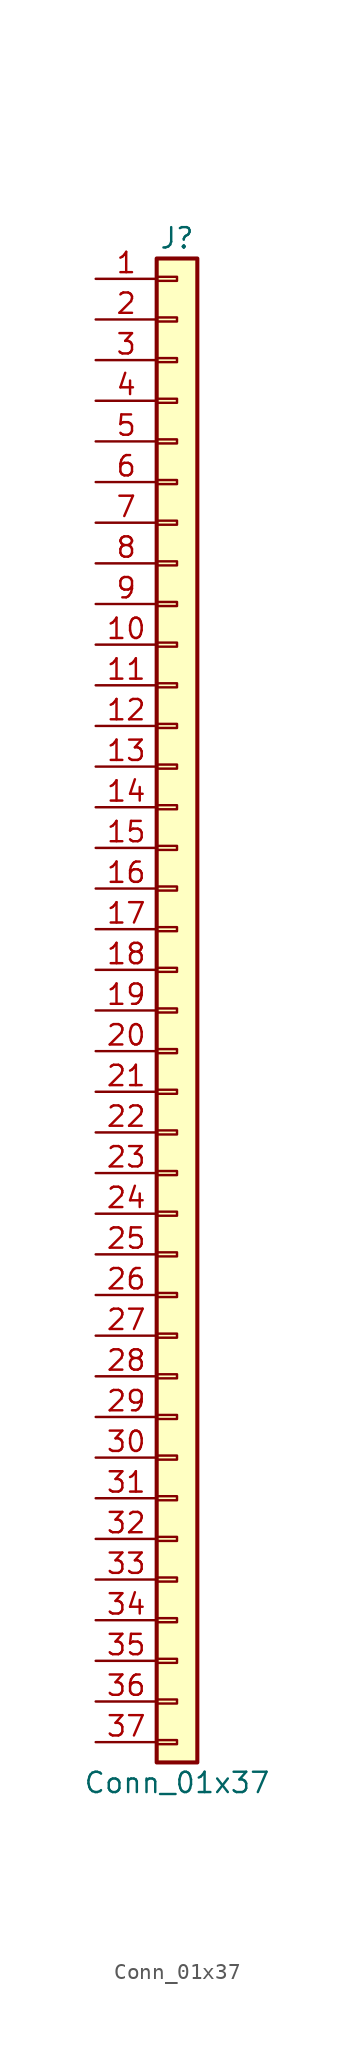
<source format=kicad_sym>
(kicad_symbol_lib
  (version 20220914)
  (generator kicad_symbol_editor)
  (symbol "Conn_01x37"
    (pin_names
      (offset 1.016) hide)
    (property "Reference" "J"
      (at 0 48.26 0)
      (effects (font (size 1.27 1.27))))
    (property "Value" "Conn_01x37"
      (at 0 -48.26 0)
      (effects (font (size 1.27 1.27))))
    (symbol "Conn_01x37_1_1"
      (rectangle (start -1.27 -45.593) (end 0 -45.847) (stroke (width 0.152) (type solid)) (fill (type none)))
      (rectangle (start -1.27 -43.053) (end 0 -43.307) (stroke (width 0.152) (type solid)) (fill (type none)))
      (rectangle (start -1.27 -40.513) (end 0 -40.767) (stroke (width 0.152) (type solid)) (fill (type none)))
      (rectangle (start -1.27 -37.973) (end 0 -38.227) (stroke (width 0.152) (type solid)) (fill (type none)))
      (rectangle (start -1.27 -35.433) (end 0 -35.687) (stroke (width 0.152) (type solid)) (fill (type none)))
      (rectangle (start -1.27 -32.893) (end 0 -33.147) (stroke (width 0.152) (type solid)) (fill (type none)))
      (rectangle (start -1.27 -30.353) (end 0 -30.607) (stroke (width 0.152) (type solid)) (fill (type none)))
      (rectangle (start -1.27 -27.813) (end 0 -28.067) (stroke (width 0.152) (type solid)) (fill (type none)))
      (rectangle (start -1.27 -25.273) (end 0 -25.527) (stroke (width 0.152) (type solid)) (fill (type none)))
      (rectangle (start -1.27 -22.733) (end 0 -22.987) (stroke (width 0.152) (type solid)) (fill (type none)))
      (rectangle (start -1.27 -20.193) (end 0 -20.447) (stroke (width 0.152) (type solid)) (fill (type none)))
      (rectangle (start -1.27 -17.653) (end 0 -17.907) (stroke (width 0.152) (type solid)) (fill (type none)))
      (rectangle (start -1.27 -15.113) (end 0 -15.367) (stroke (width 0.152) (type solid)) (fill (type none)))
      (rectangle (start -1.27 -12.573) (end 0 -12.827) (stroke (width 0.152) (type solid)) (fill (type none)))
      (rectangle (start -1.27 -10.033) (end 0 -10.287) (stroke (width 0.152) (type solid)) (fill (type none)))
      (rectangle (start -1.27 -7.493) (end 0 -7.747) (stroke (width 0.152) (type solid)) (fill (type none)))
      (rectangle (start -1.27 -4.953) (end 0 -5.207) (stroke (width 0.152) (type solid)) (fill (type none)))
      (rectangle (start -1.27 -2.413) (end 0 -2.667) (stroke (width 0.152) (type solid)) (fill (type none)))
      (rectangle (start -1.27 0.127) (end 0 -0.127) (stroke (width 0.152) (type solid)) (fill (type none)))
      (rectangle (start -1.27 2.667) (end 0 2.413) (stroke (width 0.152) (type solid)) (fill (type none)))
      (rectangle (start -1.27 5.207) (end 0 4.953) (stroke (width 0.152) (type solid)) (fill (type none)))
      (rectangle (start -1.27 7.747) (end 0 7.493) (stroke (width 0.152) (type solid)) (fill (type none)))
      (rectangle (start -1.27 10.287) (end 0 10.033) (stroke (width 0.152) (type solid)) (fill (type none)))
      (rectangle (start -1.27 12.827) (end 0 12.573) (stroke (width 0.152) (type solid)) (fill (type none)))
      (rectangle (start -1.27 15.367) (end 0 15.113) (stroke (width 0.152) (type solid)) (fill (type none)))
      (rectangle (start -1.27 17.907) (end 0 17.653) (stroke (width 0.152) (type solid)) (fill (type none)))
      (rectangle (start -1.27 20.447) (end 0 20.193) (stroke (width 0.152) (type solid)) (fill (type none)))
      (rectangle (start -1.27 22.987) (end 0 22.733) (stroke (width 0.152) (type solid)) (fill (type none)))
      (rectangle (start -1.27 25.527) (end 0 25.273) (stroke (width 0.152) (type solid)) (fill (type none)))
      (rectangle (start -1.27 28.067) (end 0 27.813) (stroke (width 0.152) (type solid)) (fill (type none)))
      (rectangle (start -1.27 30.607) (end 0 30.353) (stroke (width 0.152) (type solid)) (fill (type none)))
      (rectangle (start -1.27 33.147) (end 0 32.893) (stroke (width 0.152) (type solid)) (fill (type none)))
      (rectangle (start -1.27 35.687) (end 0 35.433) (stroke (width 0.152) (type solid)) (fill (type none)))
      (rectangle (start -1.27 38.227) (end 0 37.973) (stroke (width 0.152) (type solid)) (fill (type none)))
      (rectangle (start -1.27 40.767) (end 0 40.513) (stroke (width 0.152) (type solid)) (fill (type none)))
      (rectangle (start -1.27 43.307) (end 0 43.053) (stroke (width 0.152) (type solid)) (fill (type none)))
      (rectangle (start -1.27 45.847) (end 0 45.593) (stroke (width 0.152) (type solid)) (fill (type none)))
      (rectangle (start -1.27 46.99) (end 1.27 -46.99) (stroke (width 0.254) (type solid)) (fill (type background)))
      (pin passive line (at -5.08 45.72 0) (length 3.81) (name "Pin_1" (effects (font (size 1.27 1.27)))) (number "1" (effects (font (size 1.27 1.27)))))
      (pin passive line (at -5.08 22.86 0) (length 3.81) (name "Pin_10" (effects (font (size 1.27 1.27)))) (number "10" (effects (font (size 1.27 1.27)))))
      (pin passive line (at -5.08 20.32 0) (length 3.81) (name "Pin_11" (effects (font (size 1.27 1.27)))) (number "11" (effects (font (size 1.27 1.27)))))
      (pin passive line (at -5.08 17.78 0) (length 3.81) (name "Pin_12" (effects (font (size 1.27 1.27)))) (number "12" (effects (font (size 1.27 1.27)))))
      (pin passive line (at -5.08 15.24 0) (length 3.81) (name "Pin_13" (effects (font (size 1.27 1.27)))) (number "13" (effects (font (size 1.27 1.27)))))
      (pin passive line (at -5.08 12.7 0) (length 3.81) (name "Pin_14" (effects (font (size 1.27 1.27)))) (number "14" (effects (font (size 1.27 1.27)))))
      (pin passive line (at -5.08 10.16 0) (length 3.81) (name "Pin_15" (effects (font (size 1.27 1.27)))) (number "15" (effects (font (size 1.27 1.27)))))
      (pin passive line (at -5.08 7.62 0) (length 3.81) (name "Pin_16" (effects (font (size 1.27 1.27)))) (number "16" (effects (font (size 1.27 1.27)))))
      (pin passive line (at -5.08 5.08 0) (length 3.81) (name "Pin_17" (effects (font (size 1.27 1.27)))) (number "17" (effects (font (size 1.27 1.27)))))
      (pin passive line (at -5.08 2.54 0) (length 3.81) (name "Pin_18" (effects (font (size 1.27 1.27)))) (number "18" (effects (font (size 1.27 1.27)))))
      (pin passive line (at -5.08 0 0) (length 3.81) (name "Pin_19" (effects (font (size 1.27 1.27)))) (number "19" (effects (font (size 1.27 1.27)))))
      (pin passive line (at -5.08 43.18 0) (length 3.81) (name "Pin_2" (effects (font (size 1.27 1.27)))) (number "2" (effects (font (size 1.27 1.27)))))
      (pin passive line (at -5.08 -2.54 0) (length 3.81) (name "Pin_20" (effects (font (size 1.27 1.27)))) (number "20" (effects (font (size 1.27 1.27)))))
      (pin passive line (at -5.08 -5.08 0) (length 3.81) (name "Pin_21" (effects (font (size 1.27 1.27)))) (number "21" (effects (font (size 1.27 1.27)))))
      (pin passive line (at -5.08 -7.62 0) (length 3.81) (name "Pin_22" (effects (font (size 1.27 1.27)))) (number "22" (effects (font (size 1.27 1.27)))))
      (pin passive line (at -5.08 -10.16 0) (length 3.81) (name "Pin_23" (effects (font (size 1.27 1.27)))) (number "23" (effects (font (size 1.27 1.27)))))
      (pin passive line (at -5.08 -12.7 0) (length 3.81) (name "Pin_24" (effects (font (size 1.27 1.27)))) (number "24" (effects (font (size 1.27 1.27)))))
      (pin passive line (at -5.08 -15.24 0) (length 3.81) (name "Pin_25" (effects (font (size 1.27 1.27)))) (number "25" (effects (font (size 1.27 1.27)))))
      (pin passive line (at -5.08 -17.78 0) (length 3.81) (name "Pin_26" (effects (font (size 1.27 1.27)))) (number "26" (effects (font (size 1.27 1.27)))))
      (pin passive line (at -5.08 -20.32 0) (length 3.81) (name "Pin_27" (effects (font (size 1.27 1.27)))) (number "27" (effects (font (size 1.27 1.27)))))
      (pin passive line (at -5.08 -22.86 0) (length 3.81) (name "Pin_28" (effects (font (size 1.27 1.27)))) (number "28" (effects (font (size 1.27 1.27)))))
      (pin passive line (at -5.08 -25.4 0) (length 3.81) (name "Pin_29" (effects (font (size 1.27 1.27)))) (number "29" (effects (font (size 1.27 1.27)))))
      (pin passive line (at -5.08 40.64 0) (length 3.81) (name "Pin_3" (effects (font (size 1.27 1.27)))) (number "3" (effects (font (size 1.27 1.27)))))
      (pin passive line (at -5.08 -27.94 0) (length 3.81) (name "Pin_30" (effects (font (size 1.27 1.27)))) (number "30" (effects (font (size 1.27 1.27)))))
      (pin passive line (at -5.08 -30.48 0) (length 3.81) (name "Pin_31" (effects (font (size 1.27 1.27)))) (number "31" (effects (font (size 1.27 1.27)))))
      (pin passive line (at -5.08 -33.02 0) (length 3.81) (name "Pin_32" (effects (font (size 1.27 1.27)))) (number "32" (effects (font (size 1.27 1.27)))))
      (pin passive line (at -5.08 -35.56 0) (length 3.81) (name "Pin_33" (effects (font (size 1.27 1.27)))) (number "33" (effects (font (size 1.27 1.27)))))
      (pin passive line (at -5.08 -38.1 0) (length 3.81) (name "Pin_34" (effects (font (size 1.27 1.27)))) (number "34" (effects (font (size 1.27 1.27)))))
      (pin passive line (at -5.08 -40.64 0) (length 3.81) (name "Pin_35" (effects (font (size 1.27 1.27)))) (number "35" (effects (font (size 1.27 1.27)))))
      (pin passive line (at -5.08 -43.18 0) (length 3.81) (name "Pin_36" (effects (font (size 1.27 1.27)))) (number "36" (effects (font (size 1.27 1.27)))))
      (pin passive line (at -5.08 -45.72 0) (length 3.81) (name "Pin_37" (effects (font (size 1.27 1.27)))) (number "37" (effects (font (size 1.27 1.27)))))
      (pin passive line (at -5.08 38.1 0) (length 3.81) (name "Pin_4" (effects (font (size 1.27 1.27)))) (number "4" (effects (font (size 1.27 1.27)))))
      (pin passive line (at -5.08 35.56 0) (length 3.81) (name "Pin_5" (effects (font (size 1.27 1.27)))) (number "5" (effects (font (size 1.27 1.27)))))
      (pin passive line (at -5.08 33.02 0) (length 3.81) (name "Pin_6" (effects (font (size 1.27 1.27)))) (number "6" (effects (font (size 1.27 1.27)))))
      (pin passive line (at -5.08 30.48 0) (length 3.81) (name "Pin_7" (effects (font (size 1.27 1.27)))) (number "7" (effects (font (size 1.27 1.27)))))
      (pin passive line (at -5.08 27.94 0) (length 3.81) (name "Pin_8" (effects (font (size 1.27 1.27)))) (number "8" (effects (font (size 1.27 1.27)))))
      (pin passive line (at -5.08 25.4 0) (length 3.81) (name "Pin_9" (effects (font (size 1.27 1.27)))) (number "9" (effects (font (size 1.27 1.27))))))))
</source>
